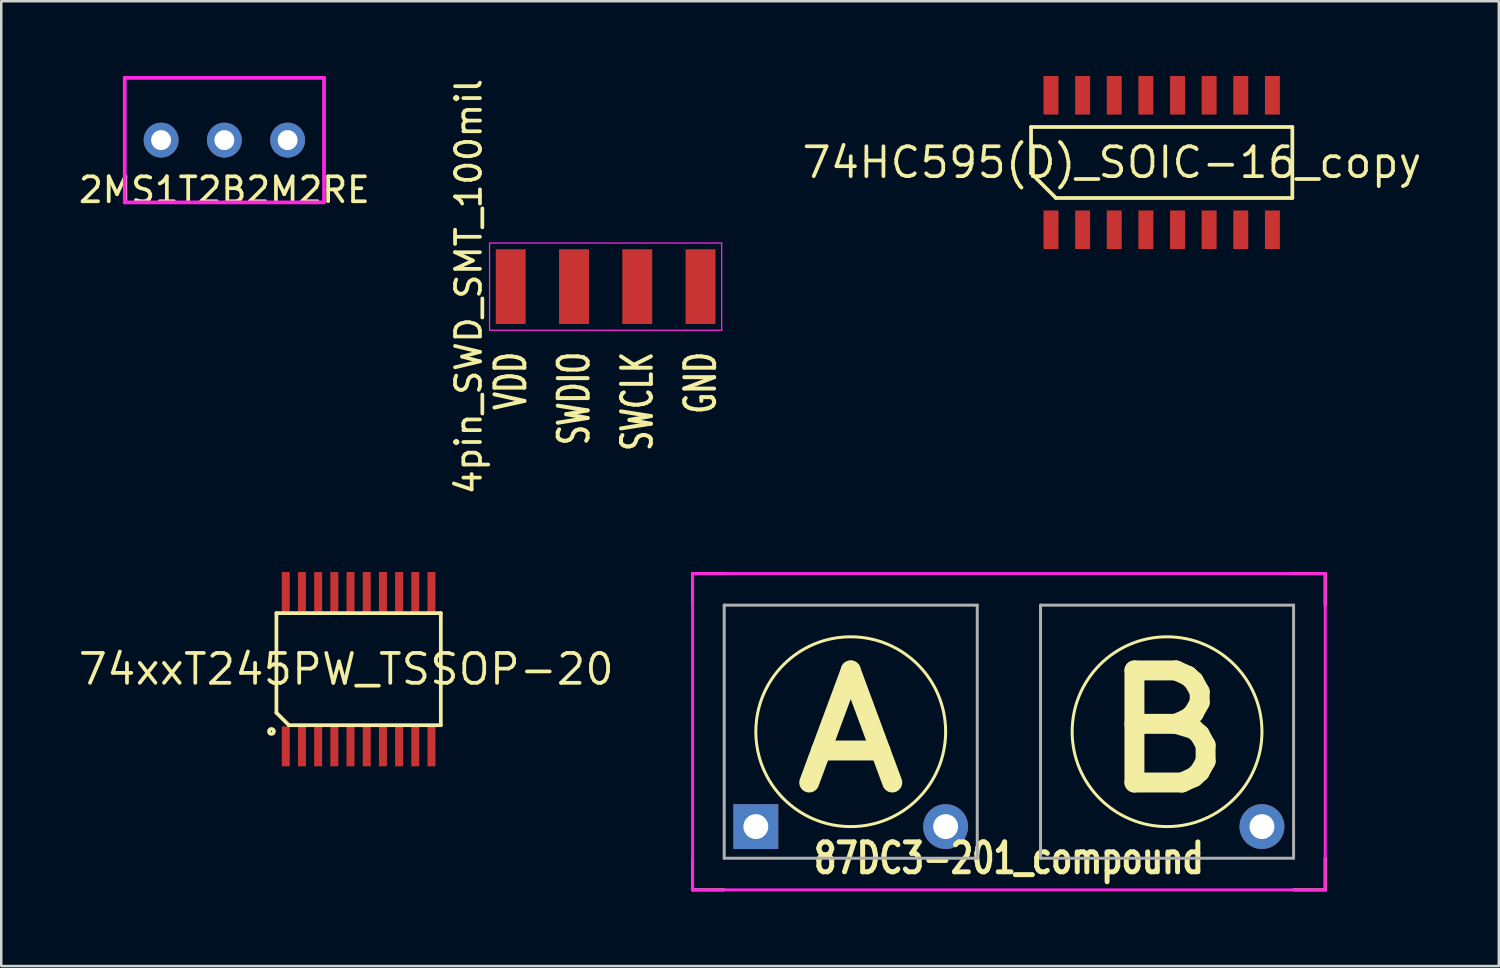
<source format=kicad_pcb>
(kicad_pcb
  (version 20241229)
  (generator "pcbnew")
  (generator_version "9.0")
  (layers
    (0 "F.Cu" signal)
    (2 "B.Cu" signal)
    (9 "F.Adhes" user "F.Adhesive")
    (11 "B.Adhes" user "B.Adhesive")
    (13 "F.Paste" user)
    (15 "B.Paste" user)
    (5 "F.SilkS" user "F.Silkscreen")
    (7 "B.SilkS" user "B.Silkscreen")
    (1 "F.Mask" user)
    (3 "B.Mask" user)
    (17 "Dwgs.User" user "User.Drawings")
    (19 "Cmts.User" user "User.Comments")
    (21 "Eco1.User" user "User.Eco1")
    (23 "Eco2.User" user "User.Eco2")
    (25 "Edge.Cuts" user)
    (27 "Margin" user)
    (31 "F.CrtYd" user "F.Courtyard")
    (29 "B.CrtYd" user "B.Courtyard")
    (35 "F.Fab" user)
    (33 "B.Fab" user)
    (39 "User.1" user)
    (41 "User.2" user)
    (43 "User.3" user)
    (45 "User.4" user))
  (footprint "74xxT245PW_TSSOP-20"
    (layer "F.Cu")
    (at 11.348 23.817)
    (property "Reference" "74xxT245PW_TSSOP-20" (at -0.5 0 180) (layer "F.SilkS") (effects (font (size 1.2 1.2) (thickness 0.15))))
    (attr through_hole)
    (fp_line (start -3.3 -2.25) (end -3.3 1.75) (stroke (width 0.15) (type solid)) (layer "F.SilkS"))
    (fp_line (start -3.3 1.75) (end -2.8 2.25) (stroke (width 0.15) (type solid)) (layer "F.SilkS"))
    (fp_line (start -2.8 2.25) (end 3.3 2.25) (stroke (width 0.15) (type solid)) (layer "F.SilkS"))
    (fp_line (start 3.3 -2.25) (end -3.3 -2.25) (stroke (width 0.15) (type solid)) (layer "F.SilkS"))
    (fp_line (start 3.3 2.25) (end 3.3 -2.25) (stroke (width 0.15) (type solid)) (layer "F.SilkS"))
    (fp_circle (center -3.5 2.5) (end -3.4 2.5) (stroke (width 0.15) (type solid)) (fill no) (layer "F.SilkS"))
    (pad "1" smd rect (at -2.925 3.1) (size 0.32 1.6) (layers "F.Cu" "F.Mask" "F.Paste"))
    (pad "2" smd rect (at -2.275 3.1) (size 0.32 1.6) (layers "F.Cu" "F.Mask" "F.Paste"))
    (pad "3" smd rect (at -1.625 3.1) (size 0.32 1.6) (layers "F.Cu" "F.Mask" "F.Paste"))
    (pad "4" smd rect (at -0.975 3.1) (size 0.32 1.6) (layers "F.Cu" "F.Mask" "F.Paste"))
    (pad "5" smd rect (at -0.325 3.1) (size 0.32 1.6) (layers "F.Cu" "F.Mask" "F.Paste"))
    (pad "6" smd rect (at 0.325 3.1) (size 0.32 1.6) (layers "F.Cu" "F.Mask" "F.Paste"))
    (pad "7" smd rect (at 0.975 3.1) (size 0.32 1.6) (layers "F.Cu" "F.Mask" "F.Paste"))
    (pad "8" smd rect (at 1.625 3.1) (size 0.32 1.6) (layers "F.Cu" "F.Mask" "F.Paste"))
    (pad "9" smd rect (at 2.275 3.1) (size 0.32 1.6) (layers "F.Cu" "F.Mask" "F.Paste"))
    (pad "10" smd rect (at 2.925 3.1) (size 0.32 1.6) (layers "F.Cu" "F.Mask" "F.Paste"))
    (pad "11" smd rect (at 2.925 -3.1) (size 0.32 1.6) (layers "F.Cu" "F.Mask" "F.Paste"))
    (pad "12" smd rect (at 2.275 -3.1) (size 0.32 1.6) (layers "F.Cu" "F.Mask" "F.Paste"))
    (pad "13" smd rect (at 1.625 -3.1) (size 0.32 1.6) (layers "F.Cu" "F.Mask" "F.Paste"))
    (pad "14" smd rect (at 0.975 -3.1) (size 0.32 1.6) (layers "F.Cu" "F.Mask" "F.Paste"))
    (pad "15" smd rect (at 0.325 -3.1) (size 0.32 1.6) (layers "F.Cu" "F.Mask" "F.Paste"))
    (pad "16" smd rect (at -0.325 -3.1) (size 0.32 1.6) (layers "F.Cu" "F.Mask" "F.Paste"))
    (pad "17" smd rect (at -0.975 -3.1) (size 0.32 1.6) (layers "F.Cu" "F.Mask" "F.Paste"))
    (pad "18" smd rect (at -1.625 -3.1) (size 0.32 1.6) (layers "F.Cu" "F.Mask" "F.Paste"))
    (pad "19" smd rect (at -2.275 -3.1) (size 0.32 1.6) (layers "F.Cu" "F.Mask" "F.Paste"))
    (pad "20" smd rect (at -2.925 -3.1) (size 0.32 1.6) (layers "F.Cu" "F.Mask" "F.Paste")))
  (footprint "2MS1T2B2M2RE"
    (layer "F.Cu")
    (at 5.958 2.575)
    (property "Reference" "2MS1T2B2M2RE" (at 0 2 0) (layer "F.SilkS") (effects (font (size 1 1) (thickness 0.15))))
    (attr through_hole)
    (fp_line (start -4 -2.5) (end 4 -2.5) (stroke (width 0.15) (type solid)) (layer "F.CrtYd"))
    (fp_line (start -4 2.5) (end -4 -2.5) (stroke (width 0.15) (type solid)) (layer "F.CrtYd"))
    (fp_line (start 4 -2.5) (end 4 2.5) (stroke (width 0.15) (type solid)) (layer "F.CrtYd"))
    (fp_line (start 4 2.5) (end -4 2.5) (stroke (width 0.15) (type solid)) (layer "F.CrtYd"))
    (pad "1" thru_hole circle (at -2.54 0) (size 1.4 1.4) (drill 0.8) (layers "*.Cu" "*.Mask"))
    (pad "2" thru_hole circle (at 0 0) (size 1.4 1.4) (drill 0.8) (layers "*.Cu" "*.Mask"))
    (pad "3" thru_hole circle (at 2.54 0) (size 1.4 1.4) (drill 0.8) (layers "*.Cu" "*.Mask")))
  (footprint "74HC595(D)_SOIC-16_copy"
    (layer "F.Cu")
    (at 43.591 3.475)
    (property "Reference" "74HC595(D)_SOIC-16_copy" (at -2 0 180) (layer "F.SilkS") (effects (font (size 1.2 1.2) (thickness 0.15))))
    (attr through_hole)
    (fp_line (start -5.245 -1.425) (end -5.245 0.425) (stroke (width 0.15) (type solid)) (layer "F.SilkS"))
    (fp_line (start -5.245 0.425) (end -4.245 1.425) (stroke (width 0.15) (type solid)) (layer "F.SilkS"))
    (fp_line (start -4.245 1.425) (end 5.245 1.425) (stroke (width 0.15) (type solid)) (layer "F.SilkS"))
    (fp_line (start 5.245 -1.425) (end -5.245 -1.425) (stroke (width 0.15) (type solid)) (layer "F.SilkS"))
    (fp_line (start 5.245 1.425) (end 5.245 -1.425) (stroke (width 0.15) (type solid)) (layer "F.SilkS"))
    (pad "1" smd rect (at -4.445 2.7) (size 0.6 1.55) (layers "F.Cu" "F.Mask" "F.Paste"))
    (pad "2" smd rect (at -3.175 2.7) (size 0.6 1.55) (layers "F.Cu" "F.Mask" "F.Paste"))
    (pad "3" smd rect (at -1.905 2.7) (size 0.6 1.55) (layers "F.Cu" "F.Mask" "F.Paste"))
    (pad "4" smd rect (at -0.635 2.7) (size 0.6 1.55) (layers "F.Cu" "F.Mask" "F.Paste"))
    (pad "5" smd rect (at 0.635 2.7) (size 0.6 1.55) (layers "F.Cu" "F.Mask" "F.Paste"))
    (pad "6" smd rect (at 1.905 2.7) (size 0.6 1.55) (layers "F.Cu" "F.Mask" "F.Paste"))
    (pad "7" smd rect (at 3.175 2.7) (size 0.6 1.55) (layers "F.Cu" "F.Mask" "F.Paste"))
    (pad "8" smd rect (at 4.445 2.7) (size 0.6 1.55) (layers "F.Cu" "F.Mask" "F.Paste"))
    (pad "9" smd rect (at 4.445 -2.7) (size 0.6 1.55) (layers "F.Cu" "F.Mask" "F.Paste"))
    (pad "10" smd rect (at 3.175 -2.7) (size 0.6 1.55) (layers "F.Cu" "F.Mask" "F.Paste"))
    (pad "11" smd rect (at 1.905 -2.7) (size 0.6 1.55) (layers "F.Cu" "F.Mask" "F.Paste"))
    (pad "12" smd rect (at 0.635 -2.7) (size 0.6 1.55) (layers "F.Cu" "F.Mask" "F.Paste"))
    (pad "13" smd rect (at -0.635 -2.7) (size 0.6 1.55) (layers "F.Cu" "F.Mask" "F.Paste"))
    (pad "14" smd rect (at -1.905 -2.7) (size 0.6 1.55) (layers "F.Cu" "F.Mask" "F.Paste"))
    (pad "15" smd rect (at -3.175 -2.7) (size 0.6 1.55) (layers "F.Cu" "F.Mask" "F.Paste"))
    (pad "16" smd rect (at -4.445 -2.7) (size 0.6 1.55) (layers "F.Cu" "F.Mask" "F.Paste")))
  (footprint "4pin_SWD_SMT_100mil"
    (layer "F.Cu")
    (at 21.265 8.458)
    (property "Reference" "4pin_SWD_SMT_100mil" (at -5.5 0 270) (layer "F.SilkS") (effects (font (size 1 1) (thickness 0.15))))
    (attr smd)
    (fp_line (start -4.66 -1.75) (end 4.66 -1.75) (stroke (width 0.05) (type solid)) (layer "F.CrtYd"))
    (fp_line (start -4.66 1.75) (end -4.66 -1.75) (stroke (width 0.05) (type solid)) (layer "F.CrtYd"))
    (fp_line (start 4.66 -1.75) (end 4.66 1.75) (stroke (width 0.05) (type solid)) (layer "F.CrtYd"))
    (fp_line (start 4.66 1.75) (end -4.66 1.75) (stroke (width 0.05) (type solid)) (layer "F.CrtYd"))
    (fp_text user "SWDIO" (at -1.27 2.54 90) (layer "F.SilkS") (effects (font (size 1.2 0.8) (thickness 0.16)) (justify right)))
    (fp_text user "VDD" (at -3.81 2.54 90) (layer "F.SilkS") (effects (font (size 1.2 0.8) (thickness 0.16)) (justify right)))
    (fp_text user "SWCLK" (at 1.27 2.54 90) (layer "F.SilkS") (effects (font (size 1.2 0.8) (thickness 0.16)) (justify right)))
    (fp_text user "GND" (at 3.81 2.54 90) (layer "F.SilkS") (effects (font (size 1.2 0.8) (thickness 0.16)) (justify right)))
    (pad "1" smd rect (at -3.81 0) (size 1.2 3) (layers "F.Cu" "F.Mask"))
    (pad "2" smd rect (at -1.27 0) (size 1.2 3) (layers "F.Cu" "F.Mask"))
    (pad "3" smd rect (at 1.27 0) (size 1.2 3) (layers "F.Cu" "F.Mask"))
    (pad "4" smd rect (at 3.81 0) (size 1.2 3) (layers "F.Cu" "F.Mask")))
  (footprint "87DC3-201_compound"
    (layer "F.Cu")
    (at 37.456 26.327)
    (property "Reference" "87DC3-201_compound" (at 0 5.08 0) (layer "F.SilkS") (effects (font (size 1.2 0.9) (thickness 0.2))))
    (attr through_hole)
    (fp_line (start -12.7 -6.35) (end -11.43 -6.35) (stroke (width 0.12) (type solid)) (layer "F.SilkS"))
    (fp_line (start -12.7 -5.08) (end -12.7 -6.35) (stroke (width 0.12) (type solid)) (layer "F.SilkS"))
    (fp_line (start -12.7 5.08) (end -12.7 6.35) (stroke (width 0.12) (type solid)) (layer "F.SilkS"))
    (fp_line (start -12.7 6.35) (end -11.43 6.35) (stroke (width 0.12) (type solid)) (layer "F.SilkS"))
    (fp_line (start 11.43 -6.35) (end 12.7 -6.35) (stroke (width 0.12) (type solid)) (layer "F.SilkS"))
    (fp_line (start 12.7 -6.35) (end 12.7 -5.08) (stroke (width 0.12) (type solid)) (layer "F.SilkS"))
    (fp_line (start 12.7 5.08) (end 12.7 6.35) (stroke (width 0.12) (type solid)) (layer "F.SilkS"))
    (fp_line (start 12.7 6.35) (end 11.43 6.35) (stroke (width 0.12) (type solid)) (layer "F.SilkS"))
    (fp_circle (center -6.35 0) (end -2.54 0) (stroke (width 0.12) (type solid)) (fill no) (layer "F.SilkS"))
    (fp_circle (center 6.35 0) (end 10.16 0) (stroke (width 0.12) (type solid)) (fill no) (layer "F.SilkS"))
    (fp_line (start -12.7 -6.35) (end 12.7 -6.35) (stroke (width 0.12) (type solid)) (layer "F.CrtYd"))
    (fp_line (start -12.7 6.35) (end -12.7 -6.35) (stroke (width 0.12) (type solid)) (layer "F.CrtYd"))
    (fp_line (start 12.7 -6.35) (end 12.7 6.35) (stroke (width 0.12) (type solid)) (layer "F.CrtYd"))
    (fp_line (start 12.7 6.35) (end -12.7 6.35) (stroke (width 0.12) (type solid)) (layer "F.CrtYd"))
    (fp_line (start -11.43 -5.08) (end -1.27 -5.08) (stroke (width 0.12) (type solid)) (layer "F.Fab"))
    (fp_line (start -11.43 5.08) (end -11.43 -5.08) (stroke (width 0.12) (type solid)) (layer "F.Fab"))
    (fp_line (start -1.27 -5.08) (end -1.27 5.08) (stroke (width 0.12) (type solid)) (layer "F.Fab"))
    (fp_line (start -1.27 5.08) (end -11.43 5.08) (stroke (width 0.12) (type solid)) (layer "F.Fab"))
    (fp_line (start 1.27 -5.08) (end 1.27 5.08) (stroke (width 0.12) (type solid)) (layer "F.Fab"))
    (fp_line (start 1.27 5.08) (end 11.43 5.08) (stroke (width 0.12) (type solid)) (layer "F.Fab"))
    (fp_line (start 11.43 -5.08) (end 1.27 -5.08) (stroke (width 0.12) (type solid)) (layer "F.Fab"))
    (fp_line (start 11.43 5.08) (end 11.43 -5.08) (stroke (width 0.12) (type solid)) (layer "F.Fab"))
    (fp_text user "A" (at -6.35 0 0) (layer "F.SilkS") (effects (font (size 4.5 5) (thickness 0.8))))
    (fp_text user "B" (at 6.35 0 0) (layer "F.SilkS") (effects (font (size 4.5 5) (thickness 0.8))))
    (pad "1" thru_hole rect (at -10.16 3.81) (size 1.8 1.8) (drill 1) (layers "*.Cu" "*.Mask"))
    (pad "2" thru_hole circle (at -2.54 3.81) (size 1.8 1.8) (drill 1) (layers "*.Cu" "*.Mask"))
    (pad "3" thru_hole circle (at 10.16 3.81) (size 1.8 1.8) (drill 1) (layers "*.Cu" "*.Mask")))
  (gr_rect
    (start -3 -3)
    (end 57.125 35.737)
    (stroke (width 0.1) (type default))
    (fill no)
    (layer "Edge.Cuts")))
</source>
